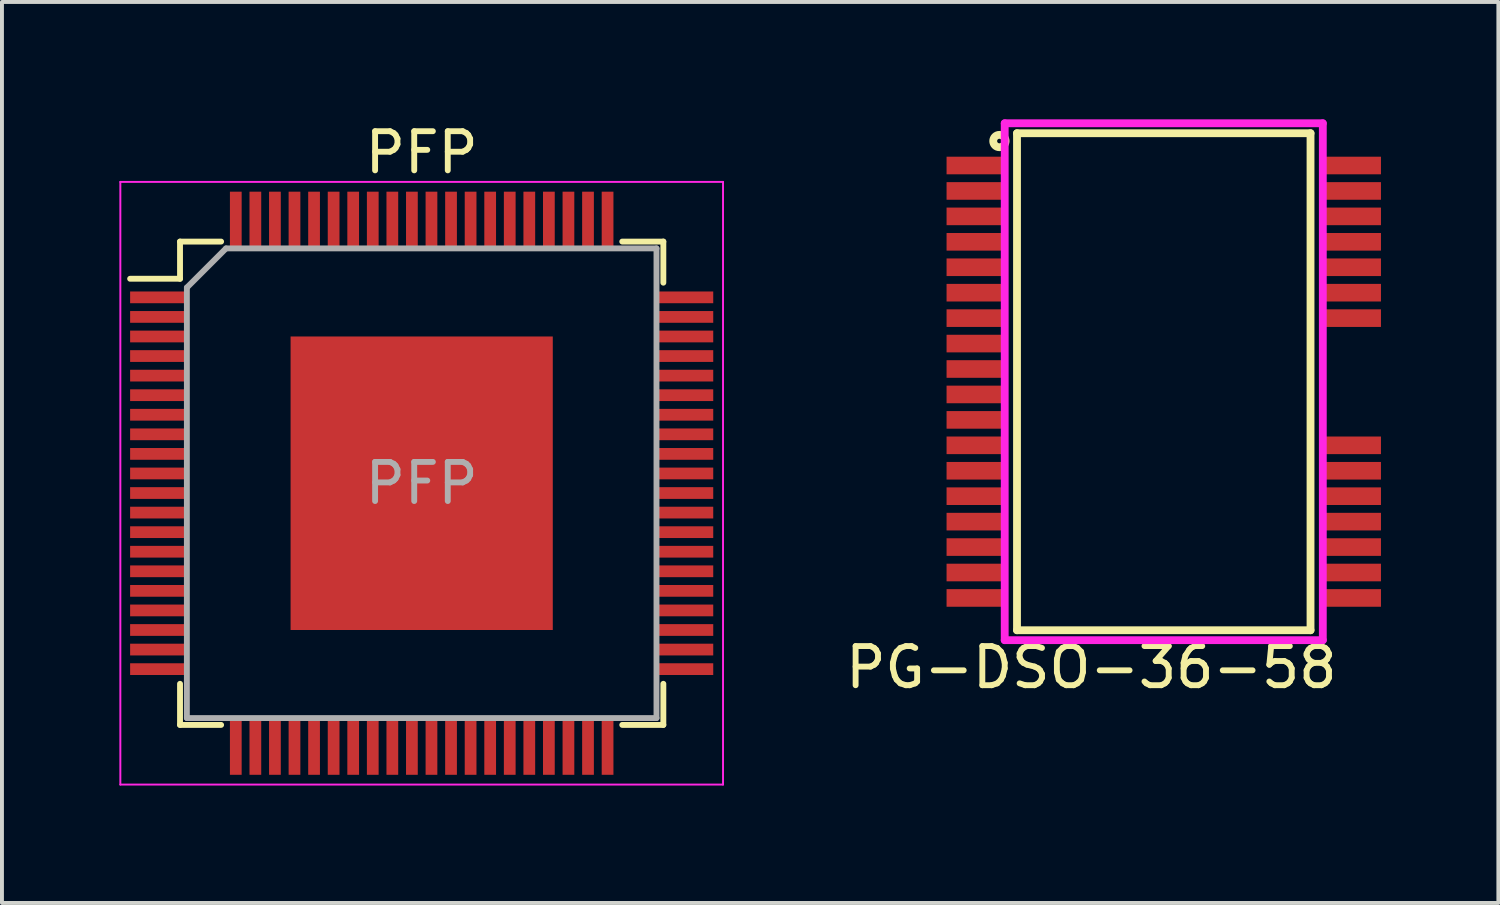
<source format=kicad_pcb>
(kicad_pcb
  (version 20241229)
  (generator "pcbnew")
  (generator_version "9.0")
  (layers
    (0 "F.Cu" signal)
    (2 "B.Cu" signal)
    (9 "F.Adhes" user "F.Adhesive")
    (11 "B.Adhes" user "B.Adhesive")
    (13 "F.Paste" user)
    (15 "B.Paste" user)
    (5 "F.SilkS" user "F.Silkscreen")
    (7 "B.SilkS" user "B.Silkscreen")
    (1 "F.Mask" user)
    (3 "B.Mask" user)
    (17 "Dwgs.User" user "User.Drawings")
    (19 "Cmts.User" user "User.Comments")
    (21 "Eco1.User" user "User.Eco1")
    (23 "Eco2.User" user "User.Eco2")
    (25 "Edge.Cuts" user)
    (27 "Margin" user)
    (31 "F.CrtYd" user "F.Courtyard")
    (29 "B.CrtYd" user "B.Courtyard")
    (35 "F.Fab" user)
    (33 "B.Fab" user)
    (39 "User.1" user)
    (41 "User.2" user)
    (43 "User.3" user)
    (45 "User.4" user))
  (footprint "PG-DSO-36-58"
    (layer "F.Cu")
    (at 26.687 6.704)
    (property "Reference" "PG-DSO-36-58" (at -1.85 7.3 0) (layer "F.SilkS") (effects (font (size 1 1) (thickness 0.15))))
    (attr through_hole)
    (fp_line (start -3.75 -6.35) (end -3.75 6.35) (stroke (width 0.2) (type solid)) (layer "F.SilkS"))
    (fp_line (start -3.75 6.35) (end 3.75 6.35) (stroke (width 0.2) (type solid)) (layer "F.SilkS"))
    (fp_line (start 3.75 -6.35) (end -3.75 -6.35) (stroke (width 0.2) (type solid)) (layer "F.SilkS"))
    (fp_line (start 3.75 6.35) (end 3.75 -6.35) (stroke (width 0.2) (type solid)) (layer "F.SilkS"))
    (fp_circle (center -4.2 -6.15) (end -4.35 -6.2) (stroke (width 0.2) (type solid)) (fill no) (layer "F.SilkS"))
    (fp_line (start -4.064 -6.604) (end 4.064 -6.604) (stroke (width 0.2) (type solid)) (layer "F.CrtYd"))
    (fp_line (start -4.064 6.604) (end -4.064 -6.604) (stroke (width 0.2) (type solid)) (layer "F.CrtYd"))
    (fp_line (start 4.064 -6.604) (end 4.064 6.604) (stroke (width 0.2) (type solid)) (layer "F.CrtYd"))
    (fp_line (start 4.064 6.604) (end -4.064 6.604) (stroke (width 0.2) (type solid)) (layer "F.CrtYd"))
    (pad "1" smd rect (at -4.8 -5.525) (size 1.5 0.45) (layers "F.Cu" "F.Mask" "F.Paste"))
    (pad "2" smd rect (at -4.8 -4.875) (size 1.5 0.45) (layers "F.Cu" "F.Mask" "F.Paste"))
    (pad "3" smd rect (at -4.8 -4.225) (size 1.5 0.45) (layers "F.Cu" "F.Mask" "F.Paste"))
    (pad "4" smd rect (at -4.8 -3.575) (size 1.5 0.45) (layers "F.Cu" "F.Mask" "F.Paste"))
    (pad "5" smd rect (at -4.8 -2.925) (size 1.5 0.45) (layers "F.Cu" "F.Mask" "F.Paste"))
    (pad "6" smd rect (at -4.8 -2.275) (size 1.5 0.45) (layers "F.Cu" "F.Mask" "F.Paste"))
    (pad "7" smd rect (at -4.8 -1.625) (size 1.5 0.45) (layers "F.Cu" "F.Mask" "F.Paste"))
    (pad "8" smd rect (at -4.8 -0.975) (size 1.5 0.45) (layers "F.Cu" "F.Mask" "F.Paste"))
    (pad "9" smd rect (at -4.8 -0.325) (size 1.5 0.45) (layers "F.Cu" "F.Mask" "F.Paste"))
    (pad "10" smd rect (at -4.8 0.325) (size 1.5 0.45) (layers "F.Cu" "F.Mask" "F.Paste"))
    (pad "11" smd rect (at -4.8 0.975) (size 1.5 0.45) (layers "F.Cu" "F.Mask" "F.Paste"))
    (pad "12" smd rect (at -4.8 1.625) (size 1.5 0.45) (layers "F.Cu" "F.Mask" "F.Paste"))
    (pad "13" smd rect (at -4.8 2.275) (size 1.5 0.45) (layers "F.Cu" "F.Mask" "F.Paste"))
    (pad "14" smd rect (at -4.8 2.925) (size 1.5 0.45) (layers "F.Cu" "F.Mask" "F.Paste"))
    (pad "15" smd rect (at -4.8 3.575) (size 1.5 0.45) (layers "F.Cu" "F.Mask" "F.Paste"))
    (pad "16" smd rect (at -4.8 4.225) (size 1.5 0.45) (layers "F.Cu" "F.Mask" "F.Paste"))
    (pad "17" smd rect (at -4.8 4.875) (size 1.5 0.45) (layers "F.Cu" "F.Mask" "F.Paste"))
    (pad "18" smd rect (at -4.8 5.525) (size 1.5 0.45) (layers "F.Cu" "F.Mask" "F.Paste"))
    (pad "19" smd rect (at 4.8 5.525) (size 1.5 0.45) (layers "F.Cu" "F.Mask" "F.Paste"))
    (pad "20" smd rect (at 4.8 4.875) (size 1.5 0.45) (layers "F.Cu" "F.Mask" "F.Paste"))
    (pad "21" smd rect (at 4.8 4.225) (size 1.5 0.45) (layers "F.Cu" "F.Mask" "F.Paste"))
    (pad "22" smd rect (at 4.8 3.575) (size 1.5 0.45) (layers "F.Cu" "F.Mask" "F.Paste"))
    (pad "23" smd rect (at 4.8 2.925) (size 1.5 0.45) (layers "F.Cu" "F.Mask" "F.Paste"))
    (pad "24" smd rect (at 4.8 2.275) (size 1.5 0.45) (layers "F.Cu" "F.Mask" "F.Paste"))
    (pad "25" smd rect (at 4.8 1.625) (size 1.5 0.45) (layers "F.Cu" "F.Mask" "F.Paste"))
    (pad "30" smd rect (at 4.8 -1.625) (size 1.5 0.45) (layers "F.Cu" "F.Mask" "F.Paste"))
    (pad "31" smd rect (at 4.8 -2.275) (size 1.5 0.45) (layers "F.Cu" "F.Mask" "F.Paste"))
    (pad "32" smd rect (at 4.8 -2.925) (size 1.5 0.45) (layers "F.Cu" "F.Mask" "F.Paste"))
    (pad "33" smd rect (at 4.8 -3.575) (size 1.5 0.45) (layers "F.Cu" "F.Mask" "F.Paste"))
    (pad "34" smd rect (at 4.8 -4.225) (size 1.5 0.45) (layers "F.Cu" "F.Mask" "F.Paste"))
    (pad "35" smd rect (at 4.8 -4.875) (size 1.5 0.45) (layers "F.Cu" "F.Mask" "F.Paste"))
    (pad "36" smd rect (at 4.8 -5.525) (size 1.5 0.45) (layers "F.Cu" "F.Mask" "F.Paste")))
  (footprint "PFP"
    (layer "F.Cu")
    (at 7.725 9.298)
    (property "Reference" "PFP" (at 0 -8.45 0) (layer "F.SilkS") (effects (font (size 1 1) (thickness 0.15))))
    (attr smd)
    (fp_line (start -6.175 -6.175) (end -6.175 -5.225) (stroke (width 0.15) (type solid)) (layer "F.SilkS"))
    (fp_line (start -6.175 -6.175) (end -5.125 -6.175) (stroke (width 0.15) (type solid)) (layer "F.SilkS"))
    (fp_line (start -6.175 -5.225) (end -7.45 -5.225) (stroke (width 0.15) (type solid)) (layer "F.SilkS"))
    (fp_line (start -6.175 6.175) (end -6.175 5.125) (stroke (width 0.15) (type solid)) (layer "F.SilkS"))
    (fp_line (start -6.175 6.175) (end -5.125 6.175) (stroke (width 0.15) (type solid)) (layer "F.SilkS"))
    (fp_line (start 6.175 -6.175) (end 5.125 -6.175) (stroke (width 0.15) (type solid)) (layer "F.SilkS"))
    (fp_line (start 6.175 -6.175) (end 6.175 -5.125) (stroke (width 0.15) (type solid)) (layer "F.SilkS"))
    (fp_line (start 6.175 6.175) (end 5.125 6.175) (stroke (width 0.15) (type solid)) (layer "F.SilkS"))
    (fp_line (start 6.175 6.175) (end 6.175 5.125) (stroke (width 0.15) (type solid)) (layer "F.SilkS"))
    (fp_line (start -7.7 -7.7) (end -7.7 7.7) (stroke (width 0.05) (type solid)) (layer "F.CrtYd"))
    (fp_line (start -7.7 -7.7) (end 7.7 -7.7) (stroke (width 0.05) (type solid)) (layer "F.CrtYd"))
    (fp_line (start -7.7 7.7) (end 7.7 7.7) (stroke (width 0.05) (type solid)) (layer "F.CrtYd"))
    (fp_line (start 7.7 -7.7) (end 7.7 7.7) (stroke (width 0.05) (type solid)) (layer "F.CrtYd"))
    (fp_line (start -6 -5) (end -5 -6) (stroke (width 0.15) (type solid)) (layer "F.Fab"))
    (fp_line (start -6 6) (end -6 -5) (stroke (width 0.15) (type solid)) (layer "F.Fab"))
    (fp_line (start -5 -6) (end 6 -6) (stroke (width 0.15) (type solid)) (layer "F.Fab"))
    (fp_line (start 6 -6) (end 6 6) (stroke (width 0.15) (type solid)) (layer "F.Fab"))
    (fp_line (start 6 6) (end -6 6) (stroke (width 0.15) (type solid)) (layer "F.Fab"))
    (fp_text user "${REFERENCE}" (at 0 0 0) (layer "F.Fab") (effects (font (size 1 1) (thickness 0.15))))
    (pad "1" smd rect (at -6.7 -4.75) (size 1.5 0.3) (layers "F.Cu" "F.Mask" "F.Paste"))
    (pad "2" smd rect (at -6.7 -4.25) (size 1.5 0.3) (layers "F.Cu" "F.Mask" "F.Paste"))
    (pad "3" smd rect (at -6.7 -3.75) (size 1.5 0.3) (layers "F.Cu" "F.Mask" "F.Paste"))
    (pad "4" smd rect (at -6.7 -3.25) (size 1.5 0.3) (layers "F.Cu" "F.Mask" "F.Paste"))
    (pad "5" smd rect (at -6.7 -2.75) (size 1.5 0.3) (layers "F.Cu" "F.Mask" "F.Paste"))
    (pad "6" smd rect (at -6.7 -2.25) (size 1.5 0.3) (layers "F.Cu" "F.Mask" "F.Paste"))
    (pad "7" smd rect (at -6.7 -1.75) (size 1.5 0.3) (layers "F.Cu" "F.Mask" "F.Paste"))
    (pad "8" smd rect (at -6.7 -1.25) (size 1.5 0.3) (layers "F.Cu" "F.Mask" "F.Paste"))
    (pad "9" smd rect (at -6.7 -0.75) (size 1.5 0.3) (layers "F.Cu" "F.Mask" "F.Paste"))
    (pad "10" smd rect (at -6.7 -0.25) (size 1.5 0.3) (layers "F.Cu" "F.Mask" "F.Paste"))
    (pad "11" smd rect (at -6.7 0.25) (size 1.5 0.3) (layers "F.Cu" "F.Mask" "F.Paste"))
    (pad "12" smd rect (at -6.7 0.75) (size 1.5 0.3) (layers "F.Cu" "F.Mask" "F.Paste"))
    (pad "13" smd rect (at -6.7 1.25) (size 1.5 0.3) (layers "F.Cu" "F.Mask" "F.Paste"))
    (pad "14" smd rect (at -6.7 1.75) (size 1.5 0.3) (layers "F.Cu" "F.Mask" "F.Paste"))
    (pad "15" smd rect (at -6.7 2.25) (size 1.5 0.3) (layers "F.Cu" "F.Mask" "F.Paste"))
    (pad "16" smd rect (at -6.7 2.75) (size 1.5 0.3) (layers "F.Cu" "F.Mask" "F.Paste"))
    (pad "17" smd rect (at -6.7 3.25) (size 1.5 0.3) (layers "F.Cu" "F.Mask" "F.Paste"))
    (pad "18" smd rect (at -6.7 3.75) (size 1.5 0.3) (layers "F.Cu" "F.Mask" "F.Paste"))
    (pad "19" smd rect (at -6.7 4.25) (size 1.5 0.3) (layers "F.Cu" "F.Mask" "F.Paste"))
    (pad "20" smd rect (at -6.7 4.75) (size 1.5 0.3) (layers "F.Cu" "F.Mask" "F.Paste"))
    (pad "21" smd rect (at -4.75 6.7 90) (size 1.5 0.3) (layers "F.Cu" "F.Mask" "F.Paste"))
    (pad "22" smd rect (at -4.25 6.7 90) (size 1.5 0.3) (layers "F.Cu" "F.Mask" "F.Paste"))
    (pad "23" smd rect (at -3.75 6.7 90) (size 1.5 0.3) (layers "F.Cu" "F.Mask" "F.Paste"))
    (pad "24" smd rect (at -3.25 6.7 90) (size 1.5 0.3) (layers "F.Cu" "F.Mask" "F.Paste"))
    (pad "25" smd rect (at -2.75 6.7 90) (size 1.5 0.3) (layers "F.Cu" "F.Mask" "F.Paste"))
    (pad "26" smd rect (at -2.25 6.7 90) (size 1.5 0.3) (layers "F.Cu" "F.Mask" "F.Paste"))
    (pad "27" smd rect (at -1.75 6.7 90) (size 1.5 0.3) (layers "F.Cu" "F.Mask" "F.Paste"))
    (pad "28" smd rect (at -1.25 6.7 90) (size 1.5 0.3) (layers "F.Cu" "F.Mask" "F.Paste"))
    (pad "29" smd rect (at -0.75 6.7 90) (size 1.5 0.3) (layers "F.Cu" "F.Mask" "F.Paste"))
    (pad "30" smd rect (at -0.25 6.7 90) (size 1.5 0.3) (layers "F.Cu" "F.Mask" "F.Paste"))
    (pad "31" smd rect (at 0.25 6.7 90) (size 1.5 0.3) (layers "F.Cu" "F.Mask" "F.Paste"))
    (pad "32" smd rect (at 0.75 6.7 90) (size 1.5 0.3) (layers "F.Cu" "F.Mask" "F.Paste"))
    (pad "33" smd rect (at 1.25 6.7 90) (size 1.5 0.3) (layers "F.Cu" "F.Mask" "F.Paste"))
    (pad "34" smd rect (at 1.75 6.7 90) (size 1.5 0.3) (layers "F.Cu" "F.Mask" "F.Paste"))
    (pad "35" smd rect (at 2.25 6.7 90) (size 1.5 0.3) (layers "F.Cu" "F.Mask" "F.Paste"))
    (pad "36" smd rect (at 2.75 6.7 90) (size 1.5 0.3) (layers "F.Cu" "F.Mask" "F.Paste"))
    (pad "37" smd rect (at 3.25 6.7 90) (size 1.5 0.3) (layers "F.Cu" "F.Mask" "F.Paste"))
    (pad "38" smd rect (at 3.75 6.7 90) (size 1.5 0.3) (layers "F.Cu" "F.Mask" "F.Paste"))
    (pad "39" smd rect (at 4.25 6.7 90) (size 1.5 0.3) (layers "F.Cu" "F.Mask" "F.Paste"))
    (pad "40" smd rect (at 4.75 6.7 90) (size 1.5 0.3) (layers "F.Cu" "F.Mask" "F.Paste"))
    (pad "41" smd rect (at 6.7 4.75) (size 1.5 0.3) (layers "F.Cu" "F.Mask" "F.Paste"))
    (pad "42" smd rect (at 6.7 4.25) (size 1.5 0.3) (layers "F.Cu" "F.Mask" "F.Paste"))
    (pad "43" smd rect (at 6.7 3.75) (size 1.5 0.3) (layers "F.Cu" "F.Mask" "F.Paste"))
    (pad "44" smd rect (at 6.7 3.25) (size 1.5 0.3) (layers "F.Cu" "F.Mask" "F.Paste"))
    (pad "45" smd rect (at 6.7 2.75) (size 1.5 0.3) (layers "F.Cu" "F.Mask" "F.Paste"))
    (pad "46" smd rect (at 6.7 2.25) (size 1.5 0.3) (layers "F.Cu" "F.Mask" "F.Paste"))
    (pad "47" smd rect (at 6.7 1.75) (size 1.5 0.3) (layers "F.Cu" "F.Mask" "F.Paste"))
    (pad "48" smd rect (at 6.7 1.25) (size 1.5 0.3) (layers "F.Cu" "F.Mask" "F.Paste"))
    (pad "49" smd rect (at 6.7 0.75) (size 1.5 0.3) (layers "F.Cu" "F.Mask" "F.Paste"))
    (pad "50" smd rect (at 6.7 0.25) (size 1.5 0.3) (layers "F.Cu" "F.Mask" "F.Paste"))
    (pad "51" smd rect (at 6.7 -0.25) (size 1.5 0.3) (layers "F.Cu" "F.Mask" "F.Paste"))
    (pad "52" smd rect (at 6.7 -0.75) (size 1.5 0.3) (layers "F.Cu" "F.Mask" "F.Paste"))
    (pad "53" smd rect (at 6.7 -1.25) (size 1.5 0.3) (layers "F.Cu" "F.Mask" "F.Paste"))
    (pad "54" smd rect (at 6.7 -1.75) (size 1.5 0.3) (layers "F.Cu" "F.Mask" "F.Paste"))
    (pad "55" smd rect (at 6.7 -2.25) (size 1.5 0.3) (layers "F.Cu" "F.Mask" "F.Paste"))
    (pad "56" smd rect (at 6.7 -2.75) (size 1.5 0.3) (layers "F.Cu" "F.Mask" "F.Paste"))
    (pad "57" smd rect (at 6.7 -3.25) (size 1.5 0.3) (layers "F.Cu" "F.Mask" "F.Paste"))
    (pad "58" smd rect (at 6.7 -3.75) (size 1.5 0.3) (layers "F.Cu" "F.Mask" "F.Paste"))
    (pad "59" smd rect (at 6.7 -4.25) (size 1.5 0.3) (layers "F.Cu" "F.Mask" "F.Paste"))
    (pad "60" smd rect (at 6.7 -4.75) (size 1.5 0.3) (layers "F.Cu" "F.Mask" "F.Paste"))
    (pad "61" smd rect (at 4.75 -6.7 90) (size 1.5 0.3) (layers "F.Cu" "F.Mask" "F.Paste"))
    (pad "62" smd rect (at 4.25 -6.7 90) (size 1.5 0.3) (layers "F.Cu" "F.Mask" "F.Paste"))
    (pad "63" smd rect (at 3.75 -6.7 90) (size 1.5 0.3) (layers "F.Cu" "F.Mask" "F.Paste"))
    (pad "64" smd rect (at 3.25 -6.7 90) (size 1.5 0.3) (layers "F.Cu" "F.Mask" "F.Paste"))
    (pad "65" smd rect (at 2.75 -6.7 90) (size 1.5 0.3) (layers "F.Cu" "F.Mask" "F.Paste"))
    (pad "66" smd rect (at 2.25 -6.7 90) (size 1.5 0.3) (layers "F.Cu" "F.Mask" "F.Paste"))
    (pad "67" smd rect (at 1.75 -6.7 90) (size 1.5 0.3) (layers "F.Cu" "F.Mask" "F.Paste"))
    (pad "68" smd rect (at 1.25 -6.7 90) (size 1.5 0.3) (layers "F.Cu" "F.Mask" "F.Paste"))
    (pad "69" smd rect (at 0.75 -6.7 90) (size 1.5 0.3) (layers "F.Cu" "F.Mask" "F.Paste"))
    (pad "70" smd rect (at 0.25 -6.7 90) (size 1.5 0.3) (layers "F.Cu" "F.Mask" "F.Paste"))
    (pad "71" smd rect (at -0.25 -6.7 90) (size 1.5 0.3) (layers "F.Cu" "F.Mask" "F.Paste"))
    (pad "72" smd rect (at -0.75 -6.7 90) (size 1.5 0.3) (layers "F.Cu" "F.Mask" "F.Paste"))
    (pad "73" smd rect (at -1.25 -6.7 90) (size 1.5 0.3) (layers "F.Cu" "F.Mask" "F.Paste"))
    (pad "74" smd rect (at -1.75 -6.7 90) (size 1.5 0.3) (layers "F.Cu" "F.Mask" "F.Paste"))
    (pad "75" smd rect (at -2.25 -6.7 90) (size 1.5 0.3) (layers "F.Cu" "F.Mask" "F.Paste"))
    (pad "76" smd rect (at -2.75 -6.7 90) (size 1.5 0.3) (layers "F.Cu" "F.Mask" "F.Paste"))
    (pad "77" smd rect (at -3.25 -6.7 90) (size 1.5 0.3) (layers "F.Cu" "F.Mask" "F.Paste"))
    (pad "78" smd rect (at -3.75 -6.7 90) (size 1.5 0.3) (layers "F.Cu" "F.Mask" "F.Paste"))
    (pad "79" smd rect (at -4.25 -6.7 90) (size 1.5 0.3) (layers "F.Cu" "F.Mask" "F.Paste"))
    (pad "80" smd rect (at -4.75 -6.7 90) (size 1.5 0.3) (layers "F.Cu" "F.Mask" "F.Paste"))
    (pad "PAD" smd rect (at 0 0) (size 6.7 7.5) (layers "F.Cu" "F.Mask" "F.Paste")))
  (gr_rect
    (start -3 -3)
    (end 35.237 20.023)
    (stroke (width 0.1) (type default))
    (fill no)
    (layer "Edge.Cuts")))
</source>
